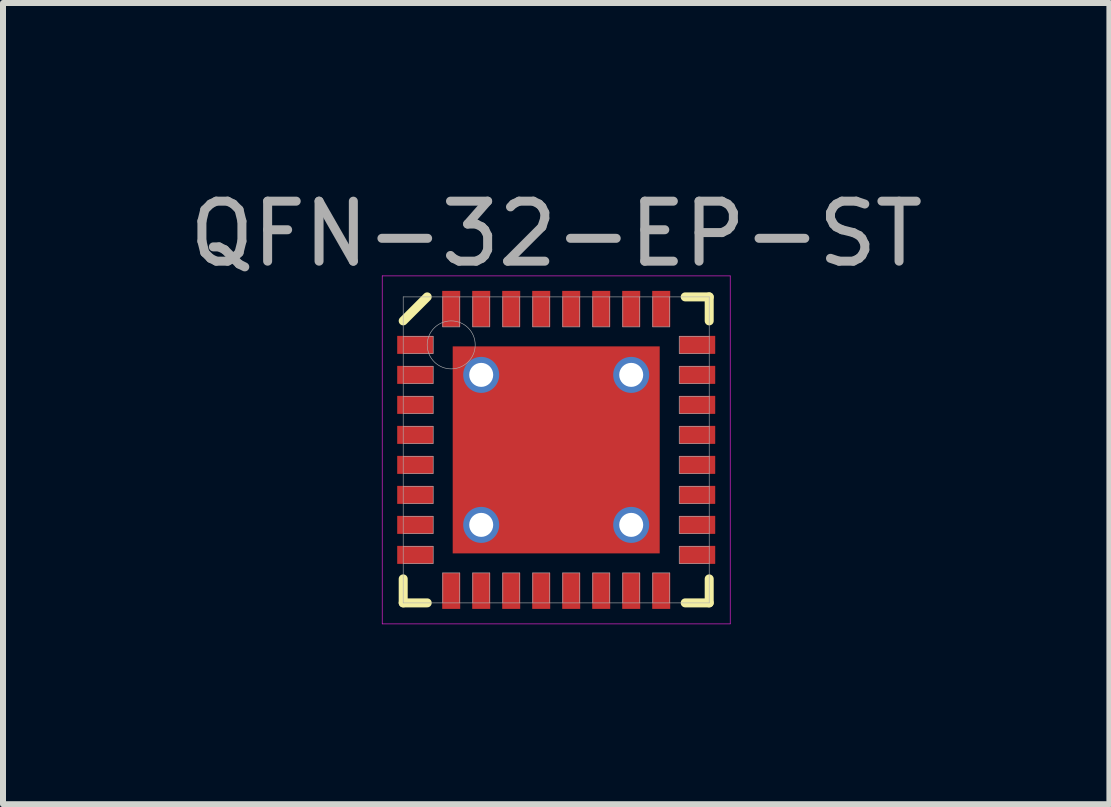
<source format=kicad_pcb>
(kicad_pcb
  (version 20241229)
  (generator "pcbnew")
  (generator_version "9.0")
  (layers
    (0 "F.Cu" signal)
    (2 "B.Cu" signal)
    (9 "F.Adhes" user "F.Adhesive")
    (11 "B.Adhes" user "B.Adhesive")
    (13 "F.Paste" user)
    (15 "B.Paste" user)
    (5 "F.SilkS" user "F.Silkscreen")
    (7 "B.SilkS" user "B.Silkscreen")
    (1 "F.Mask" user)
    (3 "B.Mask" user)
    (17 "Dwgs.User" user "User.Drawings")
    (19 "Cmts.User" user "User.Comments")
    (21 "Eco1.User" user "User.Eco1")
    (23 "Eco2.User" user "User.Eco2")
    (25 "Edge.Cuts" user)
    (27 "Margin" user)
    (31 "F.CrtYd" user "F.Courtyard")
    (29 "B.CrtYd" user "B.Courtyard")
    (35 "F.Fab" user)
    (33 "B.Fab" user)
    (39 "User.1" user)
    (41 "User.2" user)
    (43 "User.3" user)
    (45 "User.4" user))
  (footprint "QFN-32-EP-ST"
    (layer "F.Cu")
    (at 6.22 4.448)
    (property "Reference" "QFN-32-EP-ST" (at 0 -3.6 0) (layer "F.Fab") (effects (font (size 1 1) (thickness 0.15))))
    (attr through_hole)
    (fp_line (start -2.55 -2.15) (end -2.15 -2.55) (stroke (width 0.15) (type solid)) (layer "F.SilkS"))
    (fp_line (start -2.55 2.55) (end -2.55 2.15) (stroke (width 0.15) (type solid)) (layer "F.SilkS"))
    (fp_line (start -2.15 2.55) (end -2.55 2.55) (stroke (width 0.15) (type solid)) (layer "F.SilkS"))
    (fp_line (start 2.15 -2.55) (end 2.55 -2.55) (stroke (width 0.15) (type solid)) (layer "F.SilkS"))
    (fp_line (start 2.15 2.55) (end 2.55 2.55) (stroke (width 0.15) (type solid)) (layer "F.SilkS"))
    (fp_line (start 2.55 -2.55) (end 2.55 -2.15) (stroke (width 0.15) (type solid)) (layer "F.SilkS"))
    (fp_line (start 2.55 2.55) (end 2.55 2.15) (stroke (width 0.15) (type solid)) (layer "F.SilkS"))
    (fp_line (start -2.9 -2.9) (end 2.9 -2.9) (stroke (width 0.01) (type solid)) (layer "F.CrtYd"))
    (fp_line (start -2.9 2.9) (end -2.9 -2.9) (stroke (width 0.01) (type solid)) (layer "F.CrtYd"))
    (fp_line (start 2.9 -2.9) (end 2.9 2.9) (stroke (width 0.01) (type solid)) (layer "F.CrtYd"))
    (fp_line (start 2.9 2.9) (end -2.9 2.9) (stroke (width 0.01) (type solid)) (layer "F.CrtYd"))
    (fp_line (start -2.55 -2.55) (end 2.55 -2.55) (stroke (width 0.01) (type solid)) (layer "F.Fab"))
    (fp_line (start -2.55 -1.61) (end -2.05 -1.61) (stroke (width 0.01) (type solid)) (layer "F.Fab"))
    (fp_line (start -2.55 -1.11) (end -2.05 -1.11) (stroke (width 0.01) (type solid)) (layer "F.Fab"))
    (fp_line (start -2.55 -0.61) (end -2.05 -0.61) (stroke (width 0.01) (type solid)) (layer "F.Fab"))
    (fp_line (start -2.55 -0.11) (end -2.05 -0.11) (stroke (width 0.01) (type solid)) (layer "F.Fab"))
    (fp_line (start -2.55 0.39) (end -2.05 0.39) (stroke (width 0.01) (type solid)) (layer "F.Fab"))
    (fp_line (start -2.55 0.89) (end -2.05 0.89) (stroke (width 0.01) (type solid)) (layer "F.Fab"))
    (fp_line (start -2.55 1.39) (end -2.05 1.39) (stroke (width 0.01) (type solid)) (layer "F.Fab"))
    (fp_line (start -2.55 1.89) (end -2.05 1.89) (stroke (width 0.01) (type solid)) (layer "F.Fab"))
    (fp_line (start -2.55 2.55) (end -2.55 -2.55) (stroke (width 0.01) (type solid)) (layer "F.Fab"))
    (fp_line (start -2.05 -1.89) (end -2.55 -1.89) (stroke (width 0.01) (type solid)) (layer "F.Fab"))
    (fp_line (start -2.05 -1.61) (end -2.05 -1.89) (stroke (width 0.01) (type solid)) (layer "F.Fab"))
    (fp_line (start -2.05 -1.39) (end -2.55 -1.39) (stroke (width 0.01) (type solid)) (layer "F.Fab"))
    (fp_line (start -2.05 -1.11) (end -2.05 -1.39) (stroke (width 0.01) (type solid)) (layer "F.Fab"))
    (fp_line (start -2.05 -0.89) (end -2.55 -0.89) (stroke (width 0.01) (type solid)) (layer "F.Fab"))
    (fp_line (start -2.05 -0.61) (end -2.05 -0.89) (stroke (width 0.01) (type solid)) (layer "F.Fab"))
    (fp_line (start -2.05 -0.39) (end -2.55 -0.39) (stroke (width 0.01) (type solid)) (layer "F.Fab"))
    (fp_line (start -2.05 -0.11) (end -2.05 -0.39) (stroke (width 0.01) (type solid)) (layer "F.Fab"))
    (fp_line (start -2.05 0.11) (end -2.55 0.11) (stroke (width 0.01) (type solid)) (layer "F.Fab"))
    (fp_line (start -2.05 0.39) (end -2.05 0.11) (stroke (width 0.01) (type solid)) (layer "F.Fab"))
    (fp_line (start -2.05 0.61) (end -2.55 0.61) (stroke (width 0.01) (type solid)) (layer "F.Fab"))
    (fp_line (start -2.05 0.89) (end -2.05 0.61) (stroke (width 0.01) (type solid)) (layer "F.Fab"))
    (fp_line (start -2.05 1.11) (end -2.55 1.11) (stroke (width 0.01) (type solid)) (layer "F.Fab"))
    (fp_line (start -2.05 1.39) (end -2.05 1.11) (stroke (width 0.01) (type solid)) (layer "F.Fab"))
    (fp_line (start -2.05 1.61) (end -2.55 1.61) (stroke (width 0.01) (type solid)) (layer "F.Fab"))
    (fp_line (start -2.05 1.89) (end -2.05 1.61) (stroke (width 0.01) (type solid)) (layer "F.Fab"))
    (fp_line (start -1.89 -2.55) (end -1.89 -2.05) (stroke (width 0.01) (type solid)) (layer "F.Fab"))
    (fp_line (start -1.89 -2.05) (end -1.61 -2.05) (stroke (width 0.01) (type solid)) (layer "F.Fab"))
    (fp_line (start -1.89 2.05) (end -1.89 2.55) (stroke (width 0.01) (type solid)) (layer "F.Fab"))
    (fp_line (start -1.61 -2.05) (end -1.61 -2.55) (stroke (width 0.01) (type solid)) (layer "F.Fab"))
    (fp_line (start -1.61 2.05) (end -1.89 2.05) (stroke (width 0.01) (type solid)) (layer "F.Fab"))
    (fp_line (start -1.61 2.55) (end -1.61 2.05) (stroke (width 0.01) (type solid)) (layer "F.Fab"))
    (fp_line (start -1.39 -2.55) (end -1.39 -2.05) (stroke (width 0.01) (type solid)) (layer "F.Fab"))
    (fp_line (start -1.39 -2.05) (end -1.11 -2.05) (stroke (width 0.01) (type solid)) (layer "F.Fab"))
    (fp_line (start -1.39 2.05) (end -1.39 2.55) (stroke (width 0.01) (type solid)) (layer "F.Fab"))
    (fp_line (start -1.11 -2.05) (end -1.11 -2.55) (stroke (width 0.01) (type solid)) (layer "F.Fab"))
    (fp_line (start -1.11 2.05) (end -1.39 2.05) (stroke (width 0.01) (type solid)) (layer "F.Fab"))
    (fp_line (start -1.11 2.55) (end -1.11 2.05) (stroke (width 0.01) (type solid)) (layer "F.Fab"))
    (fp_line (start -0.89 -2.55) (end -0.89 -2.05) (stroke (width 0.01) (type solid)) (layer "F.Fab"))
    (fp_line (start -0.89 -2.05) (end -0.61 -2.05) (stroke (width 0.01) (type solid)) (layer "F.Fab"))
    (fp_line (start -0.89 2.05) (end -0.89 2.55) (stroke (width 0.01) (type solid)) (layer "F.Fab"))
    (fp_line (start -0.61 -2.05) (end -0.61 -2.55) (stroke (width 0.01) (type solid)) (layer "F.Fab"))
    (fp_line (start -0.61 2.05) (end -0.89 2.05) (stroke (width 0.01) (type solid)) (layer "F.Fab"))
    (fp_line (start -0.61 2.55) (end -0.61 2.05) (stroke (width 0.01) (type solid)) (layer "F.Fab"))
    (fp_line (start -0.39 -2.55) (end -0.39 -2.05) (stroke (width 0.01) (type solid)) (layer "F.Fab"))
    (fp_line (start -0.39 -2.05) (end -0.11 -2.05) (stroke (width 0.01) (type solid)) (layer "F.Fab"))
    (fp_line (start -0.39 2.05) (end -0.39 2.55) (stroke (width 0.01) (type solid)) (layer "F.Fab"))
    (fp_line (start -0.11 -2.05) (end -0.11 -2.55) (stroke (width 0.01) (type solid)) (layer "F.Fab"))
    (fp_line (start -0.11 2.05) (end -0.39 2.05) (stroke (width 0.01) (type solid)) (layer "F.Fab"))
    (fp_line (start -0.11 2.55) (end -0.11 2.05) (stroke (width 0.01) (type solid)) (layer "F.Fab"))
    (fp_line (start 0.11 -2.55) (end 0.11 -2.05) (stroke (width 0.01) (type solid)) (layer "F.Fab"))
    (fp_line (start 0.11 -2.05) (end 0.39 -2.05) (stroke (width 0.01) (type solid)) (layer "F.Fab"))
    (fp_line (start 0.11 2.05) (end 0.11 2.55) (stroke (width 0.01) (type solid)) (layer "F.Fab"))
    (fp_line (start 0.39 -2.05) (end 0.39 -2.55) (stroke (width 0.01) (type solid)) (layer "F.Fab"))
    (fp_line (start 0.39 2.05) (end 0.11 2.05) (stroke (width 0.01) (type solid)) (layer "F.Fab"))
    (fp_line (start 0.39 2.55) (end 0.39 2.05) (stroke (width 0.01) (type solid)) (layer "F.Fab"))
    (fp_line (start 0.61 -2.55) (end 0.61 -2.05) (stroke (width 0.01) (type solid)) (layer "F.Fab"))
    (fp_line (start 0.61 -2.05) (end 0.89 -2.05) (stroke (width 0.01) (type solid)) (layer "F.Fab"))
    (fp_line (start 0.61 2.05) (end 0.61 2.55) (stroke (width 0.01) (type solid)) (layer "F.Fab"))
    (fp_line (start 0.89 -2.05) (end 0.89 -2.55) (stroke (width 0.01) (type solid)) (layer "F.Fab"))
    (fp_line (start 0.89 2.05) (end 0.61 2.05) (stroke (width 0.01) (type solid)) (layer "F.Fab"))
    (fp_line (start 0.89 2.55) (end 0.89 2.05) (stroke (width 0.01) (type solid)) (layer "F.Fab"))
    (fp_line (start 1.11 -2.55) (end 1.11 -2.05) (stroke (width 0.01) (type solid)) (layer "F.Fab"))
    (fp_line (start 1.11 -2.05) (end 1.39 -2.05) (stroke (width 0.01) (type solid)) (layer "F.Fab"))
    (fp_line (start 1.11 2.05) (end 1.11 2.55) (stroke (width 0.01) (type solid)) (layer "F.Fab"))
    (fp_line (start 1.39 -2.05) (end 1.39 -2.55) (stroke (width 0.01) (type solid)) (layer "F.Fab"))
    (fp_line (start 1.39 2.05) (end 1.11 2.05) (stroke (width 0.01) (type solid)) (layer "F.Fab"))
    (fp_line (start 1.39 2.55) (end 1.39 2.05) (stroke (width 0.01) (type solid)) (layer "F.Fab"))
    (fp_line (start 1.61 -2.55) (end 1.61 -2.05) (stroke (width 0.01) (type solid)) (layer "F.Fab"))
    (fp_line (start 1.61 -2.05) (end 1.89 -2.05) (stroke (width 0.01) (type solid)) (layer "F.Fab"))
    (fp_line (start 1.61 2.05) (end 1.61 2.55) (stroke (width 0.01) (type solid)) (layer "F.Fab"))
    (fp_line (start 1.89 -2.05) (end 1.89 -2.55) (stroke (width 0.01) (type solid)) (layer "F.Fab"))
    (fp_line (start 1.89 2.05) (end 1.61 2.05) (stroke (width 0.01) (type solid)) (layer "F.Fab"))
    (fp_line (start 1.89 2.55) (end 1.89 2.05) (stroke (width 0.01) (type solid)) (layer "F.Fab"))
    (fp_line (start 2.05 -1.89) (end 2.05 -1.61) (stroke (width 0.01) (type solid)) (layer "F.Fab"))
    (fp_line (start 2.05 -1.61) (end 2.55 -1.61) (stroke (width 0.01) (type solid)) (layer "F.Fab"))
    (fp_line (start 2.05 -1.39) (end 2.05 -1.11) (stroke (width 0.01) (type solid)) (layer "F.Fab"))
    (fp_line (start 2.05 -1.11) (end 2.55 -1.11) (stroke (width 0.01) (type solid)) (layer "F.Fab"))
    (fp_line (start 2.05 -0.89) (end 2.05 -0.61) (stroke (width 0.01) (type solid)) (layer "F.Fab"))
    (fp_line (start 2.05 -0.61) (end 2.55 -0.61) (stroke (width 0.01) (type solid)) (layer "F.Fab"))
    (fp_line (start 2.05 -0.39) (end 2.05 -0.11) (stroke (width 0.01) (type solid)) (layer "F.Fab"))
    (fp_line (start 2.05 -0.11) (end 2.55 -0.11) (stroke (width 0.01) (type solid)) (layer "F.Fab"))
    (fp_line (start 2.05 0.11) (end 2.05 0.39) (stroke (width 0.01) (type solid)) (layer "F.Fab"))
    (fp_line (start 2.05 0.39) (end 2.55 0.39) (stroke (width 0.01) (type solid)) (layer "F.Fab"))
    (fp_line (start 2.05 0.61) (end 2.05 0.89) (stroke (width 0.01) (type solid)) (layer "F.Fab"))
    (fp_line (start 2.05 0.89) (end 2.55 0.89) (stroke (width 0.01) (type solid)) (layer "F.Fab"))
    (fp_line (start 2.05 1.11) (end 2.05 1.39) (stroke (width 0.01) (type solid)) (layer "F.Fab"))
    (fp_line (start 2.05 1.39) (end 2.55 1.39) (stroke (width 0.01) (type solid)) (layer "F.Fab"))
    (fp_line (start 2.05 1.61) (end 2.05 1.89) (stroke (width 0.01) (type solid)) (layer "F.Fab"))
    (fp_line (start 2.05 1.89) (end 2.55 1.89) (stroke (width 0.01) (type solid)) (layer "F.Fab"))
    (fp_line (start 2.55 -2.55) (end 2.55 2.55) (stroke (width 0.01) (type solid)) (layer "F.Fab"))
    (fp_line (start 2.55 -1.89) (end 2.05 -1.89) (stroke (width 0.01) (type solid)) (layer "F.Fab"))
    (fp_line (start 2.55 -1.39) (end 2.05 -1.39) (stroke (width 0.01) (type solid)) (layer "F.Fab"))
    (fp_line (start 2.55 -0.89) (end 2.05 -0.89) (stroke (width 0.01) (type solid)) (layer "F.Fab"))
    (fp_line (start 2.55 -0.39) (end 2.05 -0.39) (stroke (width 0.01) (type solid)) (layer "F.Fab"))
    (fp_line (start 2.55 0.11) (end 2.05 0.11) (stroke (width 0.01) (type solid)) (layer "F.Fab"))
    (fp_line (start 2.55 0.61) (end 2.05 0.61) (stroke (width 0.01) (type solid)) (layer "F.Fab"))
    (fp_line (start 2.55 1.11) (end 2.05 1.11) (stroke (width 0.01) (type solid)) (layer "F.Fab"))
    (fp_line (start 2.55 1.61) (end 2.05 1.61) (stroke (width 0.01) (type solid)) (layer "F.Fab"))
    (fp_line (start 2.55 2.55) (end -2.55 2.55) (stroke (width 0.01) (type solid)) (layer "F.Fab"))
    (fp_circle (center -1.75 -1.75) (end -1.75 -1.35) (stroke (width 0.01) (type solid)) (fill no) (layer "F.Fab"))
    (pad "" smd rect (at 0 0) (size 1 1) (layers "F.Paste"))
    (pad "" smd rect (at 0 0) (size 2 2) (layers "F.Mask"))
    (pad "1" smd rect (at -2.35 -1.75) (size 0.6 0.3) (layers "F.Cu" "F.Mask" "F.Paste"))
    (pad "2" smd rect (at -2.35 -1.25) (size 0.6 0.3) (layers "F.Cu" "F.Mask" "F.Paste"))
    (pad "3" smd rect (at -2.35 -0.75) (size 0.6 0.3) (layers "F.Cu" "F.Mask" "F.Paste"))
    (pad "4" smd rect (at -2.35 -0.25) (size 0.6 0.3) (layers "F.Cu" "F.Mask" "F.Paste"))
    (pad "5" smd rect (at -2.35 0.25) (size 0.6 0.3) (layers "F.Cu" "F.Mask" "F.Paste"))
    (pad "6" smd rect (at -2.35 0.75) (size 0.6 0.3) (layers "F.Cu" "F.Mask" "F.Paste"))
    (pad "7" smd rect (at -2.35 1.25) (size 0.6 0.3) (layers "F.Cu" "F.Mask" "F.Paste"))
    (pad "8" smd rect (at -2.35 1.75) (size 0.6 0.3) (layers "F.Cu" "F.Mask" "F.Paste"))
    (pad "9" smd rect (at -1.75 2.35) (size 0.3 0.6) (layers "F.Cu" "F.Mask" "F.Paste"))
    (pad "10" smd rect (at -1.25 2.35) (size 0.3 0.6) (layers "F.Cu" "F.Mask" "F.Paste"))
    (pad "11" smd rect (at -0.75 2.35) (size 0.3 0.6) (layers "F.Cu" "F.Mask" "F.Paste"))
    (pad "12" smd rect (at -0.25 2.35) (size 0.3 0.6) (layers "F.Cu" "F.Mask" "F.Paste"))
    (pad "13" smd rect (at 0.25 2.35) (size 0.3 0.6) (layers "F.Cu" "F.Mask" "F.Paste"))
    (pad "14" smd rect (at 0.75 2.35) (size 0.3 0.6) (layers "F.Cu" "F.Mask" "F.Paste"))
    (pad "15" smd rect (at 1.25 2.35) (size 0.3 0.6) (layers "F.Cu" "F.Mask" "F.Paste"))
    (pad "16" smd rect (at 1.75 2.35) (size 0.3 0.6) (layers "F.Cu" "F.Mask" "F.Paste"))
    (pad "17" smd rect (at 2.35 1.75) (size 0.6 0.3) (layers "F.Cu" "F.Mask" "F.Paste"))
    (pad "18" smd rect (at 2.35 1.25) (size 0.6 0.3) (layers "F.Cu" "F.Mask" "F.Paste"))
    (pad "19" smd rect (at 2.35 0.75) (size 0.6 0.3) (layers "F.Cu" "F.Mask" "F.Paste"))
    (pad "20" smd rect (at 2.35 0.25) (size 0.6 0.3) (layers "F.Cu" "F.Mask" "F.Paste"))
    (pad "21" smd rect (at 2.35 -0.25) (size 0.6 0.3) (layers "F.Cu" "F.Mask" "F.Paste"))
    (pad "22" smd rect (at 2.35 -0.75) (size 0.6 0.3) (layers "F.Cu" "F.Mask" "F.Paste"))
    (pad "23" smd rect (at 2.35 -1.25) (size 0.6 0.3) (layers "F.Cu" "F.Mask" "F.Paste"))
    (pad "24" smd rect (at 2.35 -1.75) (size 0.6 0.3) (layers "F.Cu" "F.Mask" "F.Paste"))
    (pad "25" smd rect (at 1.75 -2.35) (size 0.3 0.6) (layers "F.Cu" "F.Mask" "F.Paste"))
    (pad "26" smd rect (at 1.25 -2.35) (size 0.3 0.6) (layers "F.Cu" "F.Mask" "F.Paste"))
    (pad "27" smd rect (at 0.75 -2.35) (size 0.3 0.6) (layers "F.Cu" "F.Mask" "F.Paste"))
    (pad "28" smd rect (at 0.25 -2.35) (size 0.3 0.6) (layers "F.Cu" "F.Mask" "F.Paste"))
    (pad "29" smd rect (at -0.25 -2.35) (size 0.3 0.6) (layers "F.Cu" "F.Mask" "F.Paste"))
    (pad "30" smd rect (at -0.75 -2.35) (size 0.3 0.6) (layers "F.Cu" "F.Mask" "F.Paste"))
    (pad "31" smd rect (at -1.25 -2.35) (size 0.3 0.6) (layers "F.Cu" "F.Mask" "F.Paste"))
    (pad "32" smd rect (at -1.75 -2.35) (size 0.3 0.6) (layers "F.Cu" "F.Mask" "F.Paste"))
    (pad "EP" thru_hole circle (at -1.25 -1.25) (size 0.6 0.6) (drill 0.4) (layers "*.Cu"))
    (pad "EP" thru_hole circle (at -1.25 1.25) (size 0.6 0.6) (drill 0.4) (layers "*.Cu"))
    (pad "EP" smd rect (at 0 0) (size 3.45 3.45) (layers "F.Cu"))
    (pad "EP" thru_hole circle (at 1.25 -1.25) (size 0.6 0.6) (drill 0.4) (layers "*.Cu"))
    (pad "EP" thru_hole circle (at 1.25 1.25) (size 0.6 0.6) (drill 0.4) (layers "*.Cu")))
  (gr_rect
    (start -3 -3)
    (end 15.44 10.353)
    (stroke (width 0.1) (type default))
    (fill no)
    (layer "Edge.Cuts")))
</source>
